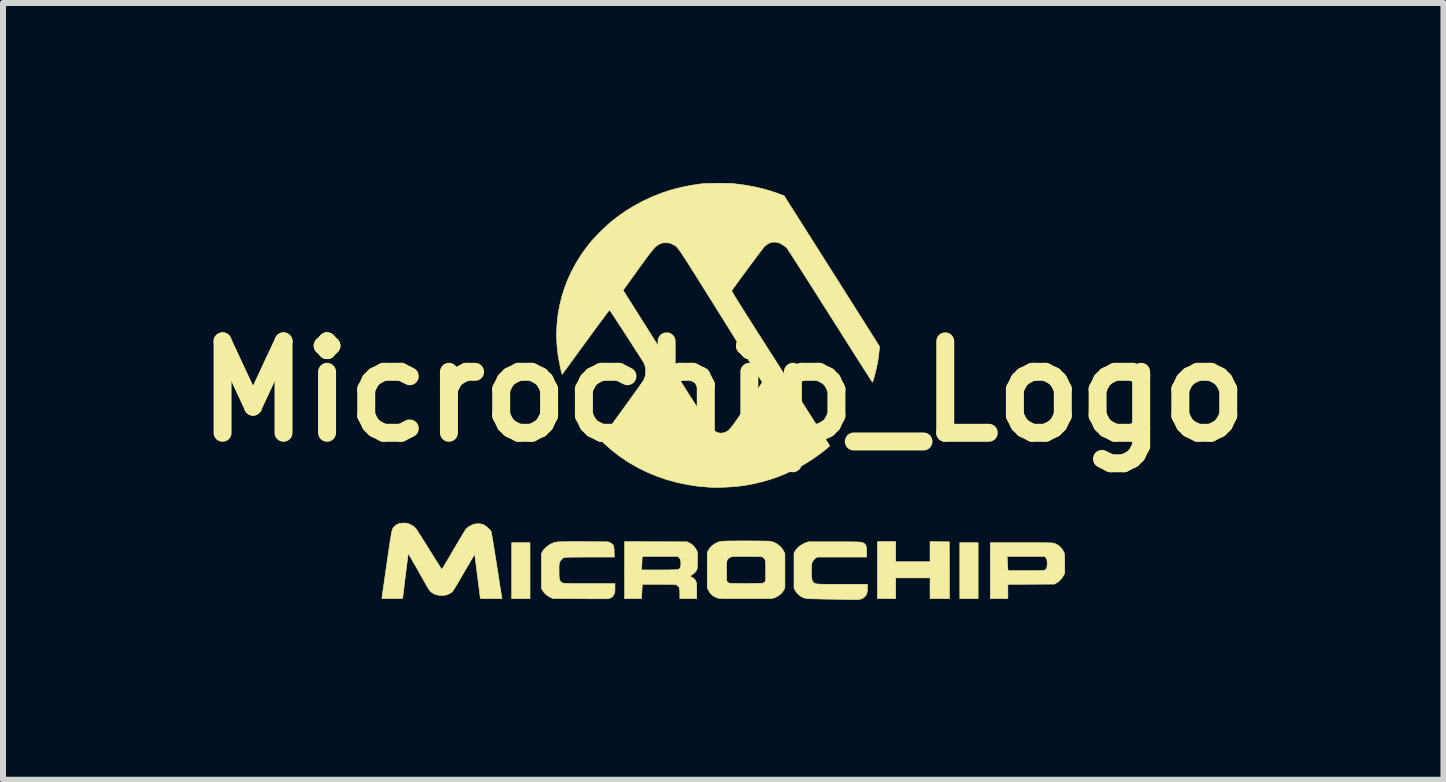
<source format=kicad_pcb>
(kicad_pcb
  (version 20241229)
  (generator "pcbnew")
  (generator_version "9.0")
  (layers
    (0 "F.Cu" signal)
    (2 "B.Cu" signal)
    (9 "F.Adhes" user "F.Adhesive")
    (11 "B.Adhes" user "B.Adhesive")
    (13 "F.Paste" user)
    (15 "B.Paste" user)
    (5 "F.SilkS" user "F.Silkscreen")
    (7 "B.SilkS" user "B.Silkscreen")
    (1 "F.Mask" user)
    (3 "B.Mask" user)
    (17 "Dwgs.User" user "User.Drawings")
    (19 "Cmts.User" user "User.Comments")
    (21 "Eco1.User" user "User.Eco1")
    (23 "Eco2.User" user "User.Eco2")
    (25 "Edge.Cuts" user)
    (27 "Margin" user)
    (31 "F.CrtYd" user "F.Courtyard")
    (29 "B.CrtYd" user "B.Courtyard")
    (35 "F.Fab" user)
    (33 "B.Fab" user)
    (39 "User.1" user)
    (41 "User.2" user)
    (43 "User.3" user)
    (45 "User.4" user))
  (footprint "Microchip_Logo"
    (layer "F.Cu")
    (at 9.006 3.475)
    (property "Reference" "Microchip_Logo" (at 0 0 0) (layer "F.SilkS") (effects (font (size 1.524 1.524) (thickness 0.3))))
    (attr through_hole)
    (fp_poly (pts (xy -3.221 3.454) (xy -3.526 3.454) (xy -3.526 2.522) (xy -3.221 2.522) (xy -3.221 3.454)) (stroke (width 0.01) (type solid)) (fill yes) (layer "F.SilkS"))
    (fp_poly (pts (xy 4.249 3.454) (xy 3.944 3.454) (xy 3.944 2.522) (xy 4.249 2.522) (xy 4.249 3.454)) (stroke (width 0.01) (type solid)) (fill yes) (layer "F.SilkS"))
    (fp_poly (pts (xy 3.608 2.506) (xy 3.768 2.507) (xy 3.771 3.454) (xy 3.448 3.454) (xy 3.448 3.108) (xy 2.875 3.108) (xy 2.875 3.454) (xy 2.57 3.454) (xy 2.57 2.504) (xy 2.875 2.504) (xy 2.875 2.839) (xy 3.448 2.839) (xy 3.448 2.504) (xy 3.608 2.506)) (stroke (width 0.01) (type solid)) (fill yes) (layer "F.SilkS"))
    (fp_poly (pts (xy 5.059 2.522) (xy 5.139 2.522) (xy 5.208 2.522) (xy 5.267 2.522) (xy 5.318 2.523) (xy 5.361 2.523) (xy 5.396 2.523) (xy 5.426 2.524) (xy 5.449 2.525) (xy 5.468 2.525) (xy 5.483 2.526) (xy 5.495 2.528) (xy 5.504 2.529) (xy 5.512 2.531) (xy 5.519 2.533) (xy 5.523 2.534) (xy 5.569 2.555) (xy 5.611 2.585) (xy 5.646 2.624) (xy 5.673 2.669) (xy 5.679 2.682) (xy 5.683 2.693) (xy 5.686 2.704) (xy 5.688 2.715) (xy 5.69 2.73) (xy 5.691 2.75) (xy 5.692 2.776) (xy 5.692 2.81) (xy 5.692 2.853) (xy 5.692 2.872) (xy 5.693 3.027) (xy 5.673 3.068) (xy 5.649 3.106) (xy 5.619 3.142) (xy 5.585 3.174) (xy 5.552 3.195) (xy 5.519 3.212) (xy 5.132 3.214) (xy 4.745 3.216) (xy 4.745 3.454) (xy 4.452 3.454) (xy 4.452 2.749) (xy 4.732 2.749) (xy 4.736 2.819) (xy 4.738 2.854) (xy 4.74 2.889) (xy 4.742 2.922) (xy 4.743 2.939) (xy 4.747 2.988) (xy 5.045 2.988) (xy 5.114 2.988) (xy 5.172 2.988) (xy 5.22 2.988) (xy 5.259 2.987) (xy 5.29 2.987) (xy 5.314 2.986) (xy 5.332 2.985) (xy 5.345 2.983) (xy 5.354 2.982) (xy 5.36 2.98) (xy 5.361 2.979) (xy 5.378 2.966) (xy 5.39 2.945) (xy 5.398 2.916) (xy 5.401 2.884) (xy 5.401 2.84) (xy 5.395 2.805) (xy 5.383 2.778) (xy 5.373 2.766) (xy 5.356 2.749) (xy 4.732 2.749) (xy 4.452 2.749) (xy 4.452 2.522) (xy 4.969 2.522) (xy 5.059 2.522)) (stroke (width 0.01) (type solid)) (fill yes) (layer "F.SilkS"))
    (fp_poly (pts (xy -1.122 2.506) (xy -0.601 2.507) (xy -0.568 2.523) (xy -0.523 2.55) (xy -0.484 2.587) (xy -0.454 2.631) (xy -0.451 2.637) (xy -0.43 2.679) (xy -0.43 2.816) (xy -0.43 2.862) (xy -0.431 2.897) (xy -0.432 2.923) (xy -0.433 2.943) (xy -0.435 2.956) (xy -0.438 2.966) (xy -0.44 2.972) (xy -0.461 3.005) (xy -0.486 3.032) (xy -0.518 3.055) (xy -0.555 3.08) (xy -0.525 3.097) (xy -0.5 3.111) (xy -0.484 3.124) (xy -0.471 3.138) (xy -0.46 3.158) (xy -0.457 3.164) (xy -0.452 3.174) (xy -0.449 3.183) (xy -0.446 3.194) (xy -0.444 3.208) (xy -0.443 3.227) (xy -0.443 3.252) (xy -0.442 3.286) (xy -0.442 3.324) (xy -0.442 3.454) (xy -0.723 3.454) (xy -0.723 3.372) (xy -0.724 3.33) (xy -0.727 3.298) (xy -0.732 3.274) (xy -0.742 3.256) (xy -0.755 3.242) (xy -0.773 3.231) (xy -0.777 3.229) (xy -0.783 3.226) (xy -0.79 3.223) (xy -0.797 3.221) (xy -0.807 3.219) (xy -0.821 3.218) (xy -0.839 3.217) (xy -0.862 3.216) (xy -0.892 3.216) (xy -0.93 3.216) (xy -0.978 3.215) (xy -1.035 3.215) (xy -1.076 3.215) (xy -1.349 3.215) (xy -1.353 3.292) (xy -1.355 3.326) (xy -1.357 3.36) (xy -1.359 3.391) (xy -1.361 3.411) (xy -1.364 3.454) (xy -1.644 3.454) (xy -1.644 2.976) (xy -1.364 2.976) (xy -1.072 2.976) (xy -1.005 2.976) (xy -0.944 2.976) (xy -0.89 2.975) (xy -0.845 2.974) (xy -0.807 2.973) (xy -0.78 2.972) (xy -0.763 2.971) (xy -0.759 2.97) (xy -0.735 2.96) (xy -0.719 2.943) (xy -0.71 2.918) (xy -0.707 2.9) (xy -0.706 2.873) (xy -0.707 2.844) (xy -0.708 2.83) (xy -0.712 2.807) (xy -0.72 2.79) (xy -0.735 2.773) (xy -0.735 2.773) (xy -0.757 2.749) (xy -1.349 2.749) (xy -1.353 2.819) (xy -1.355 2.853) (xy -1.357 2.887) (xy -1.359 2.917) (xy -1.361 2.933) (xy -1.364 2.976) (xy -1.644 2.976) (xy -1.644 2.504) (xy -1.122 2.506)) (stroke (width 0.01) (type solid)) (fill yes) (layer "F.SilkS"))
    (fp_poly (pts (xy -2.343 2.505) (xy -2.315 2.505) (xy -1.915 2.507) (xy -1.88 2.525) (xy -1.859 2.537) (xy -1.844 2.549) (xy -1.833 2.564) (xy -1.826 2.584) (xy -1.821 2.61) (xy -1.819 2.645) (xy -1.818 2.676) (xy -1.816 2.761) (xy -2.225 2.761) (xy -2.32 2.761) (xy -2.403 2.762) (xy -2.473 2.762) (xy -2.532 2.763) (xy -2.579 2.763) (xy -2.615 2.765) (xy -2.639 2.766) (xy -2.651 2.767) (xy -2.652 2.767) (xy -2.675 2.781) (xy -2.698 2.804) (xy -2.718 2.832) (xy -2.723 2.842) (xy -2.728 2.853) (xy -2.731 2.863) (xy -2.734 2.875) (xy -2.736 2.89) (xy -2.737 2.911) (xy -2.737 2.94) (xy -2.737 2.978) (xy -2.737 2.993) (xy -2.737 3.04) (xy -2.736 3.076) (xy -2.734 3.104) (xy -2.731 3.126) (xy -2.726 3.142) (xy -2.719 3.156) (xy -2.71 3.168) (xy -2.706 3.172) (xy -2.7 3.178) (xy -2.695 3.183) (xy -2.69 3.188) (xy -2.683 3.191) (xy -2.674 3.194) (xy -2.661 3.197) (xy -2.645 3.199) (xy -2.624 3.2) (xy -2.598 3.201) (xy -2.565 3.202) (xy -2.525 3.203) (xy -2.476 3.203) (xy -2.419 3.203) (xy -2.352 3.203) (xy -2.274 3.203) (xy -2.233 3.203) (xy -1.805 3.203) (xy -1.805 3.277) (xy -1.805 3.31) (xy -1.807 3.334) (xy -1.809 3.352) (xy -1.813 3.367) (xy -1.817 3.377) (xy -1.839 3.412) (xy -1.866 3.437) (xy -1.9 3.451) (xy -1.925 3.456) (xy -1.935 3.456) (xy -1.956 3.456) (xy -1.987 3.456) (xy -2.027 3.456) (xy -2.075 3.456) (xy -2.13 3.456) (xy -2.191 3.456) (xy -2.257 3.456) (xy -2.327 3.455) (xy -2.397 3.455) (xy -2.842 3.451) (xy -2.889 3.428) (xy -2.931 3.403) (xy -2.969 3.372) (xy -2.999 3.337) (xy -3.015 3.311) (xy -3.03 3.281) (xy -3.03 2.704) (xy -3.015 2.673) (xy -2.995 2.643) (xy -2.967 2.612) (xy -2.933 2.582) (xy -2.895 2.556) (xy -2.868 2.54) (xy -2.835 2.526) (xy -2.806 2.517) (xy -2.775 2.511) (xy -2.767 2.51) (xy -2.749 2.508) (xy -2.721 2.507) (xy -2.681 2.506) (xy -2.631 2.506) (xy -2.572 2.505) (xy -2.504 2.505) (xy -2.428 2.505) (xy -2.343 2.505)) (stroke (width 0.01) (type solid)) (fill yes) (layer "F.SilkS"))
    (fp_poly (pts (xy 1.937 2.507) (xy 2.011 2.507) (xy 2.074 2.507) (xy 2.128 2.508) (xy 2.174 2.508) (xy 2.212 2.509) (xy 2.243 2.51) (xy 2.268 2.511) (xy 2.288 2.513) (xy 2.303 2.515) (xy 2.316 2.518) (xy 2.326 2.521) (xy 2.334 2.525) (xy 2.341 2.529) (xy 2.349 2.534) (xy 2.35 2.535) (xy 2.365 2.548) (xy 2.376 2.563) (xy 2.383 2.582) (xy 2.388 2.608) (xy 2.39 2.642) (xy 2.391 2.677) (xy 2.391 2.761) (xy 1.98 2.761) (xy 1.569 2.761) (xy 1.545 2.775) (xy 1.524 2.792) (xy 1.503 2.816) (xy 1.486 2.844) (xy 1.476 2.868) (xy 1.474 2.881) (xy 1.473 2.903) (xy 1.471 2.933) (xy 1.47 2.967) (xy 1.47 2.998) (xy 1.471 3.047) (xy 1.472 3.087) (xy 1.476 3.118) (xy 1.481 3.141) (xy 1.488 3.16) (xy 1.498 3.174) (xy 1.504 3.181) (xy 1.511 3.187) (xy 1.517 3.193) (xy 1.524 3.198) (xy 1.532 3.202) (xy 1.542 3.205) (xy 1.555 3.208) (xy 1.572 3.21) (xy 1.594 3.212) (xy 1.621 3.213) (xy 1.655 3.214) (xy 1.696 3.215) (xy 1.745 3.215) (xy 1.804 3.215) (xy 1.872 3.215) (xy 1.951 3.215) (xy 1.984 3.215) (xy 2.403 3.215) (xy 2.403 3.279) (xy 2.402 3.319) (xy 2.398 3.349) (xy 2.392 3.374) (xy 2.382 3.394) (xy 2.367 3.414) (xy 2.366 3.415) (xy 2.334 3.443) (xy 2.298 3.46) (xy 2.256 3.468) (xy 2.244 3.468) (xy 2.221 3.469) (xy 2.189 3.469) (xy 2.147 3.468) (xy 2.098 3.468) (xy 2.043 3.467) (xy 1.982 3.466) (xy 1.916 3.465) (xy 1.847 3.464) (xy 1.805 3.463) (xy 1.724 3.462) (xy 1.655 3.461) (xy 1.595 3.459) (xy 1.545 3.458) (xy 1.503 3.457) (xy 1.468 3.456) (xy 1.44 3.455) (xy 1.418 3.454) (xy 1.4 3.453) (xy 1.386 3.451) (xy 1.375 3.449) (xy 1.366 3.447) (xy 1.358 3.445) (xy 1.351 3.443) (xy 1.326 3.433) (xy 1.302 3.421) (xy 1.288 3.412) (xy 1.26 3.39) (xy 1.232 3.361) (xy 1.208 3.33) (xy 1.194 3.306) (xy 1.18 3.278) (xy 1.18 2.698) (xy 1.195 2.669) (xy 1.219 2.631) (xy 1.254 2.595) (xy 1.297 2.563) (xy 1.345 2.536) (xy 1.381 2.521) (xy 1.419 2.507) (xy 1.853 2.507) (xy 1.937 2.507)) (stroke (width 0.01) (type solid)) (fill yes) (layer "F.SilkS"))
    (fp_poly (pts (xy 0.446 2.492) (xy 0.517 2.493) (xy 0.581 2.493) (xy 0.638 2.494) (xy 0.687 2.495) (xy 0.727 2.495) (xy 0.757 2.497) (xy 0.777 2.498) (xy 0.783 2.498) (xy 0.835 2.512) (xy 0.886 2.536) (xy 0.932 2.569) (xy 0.972 2.608) (xy 1.003 2.653) (xy 1.007 2.662) (xy 1.028 2.703) (xy 1.028 2.988) (xy 1.028 3.272) (xy 1.014 3.303) (xy 0.989 3.343) (xy 0.954 3.38) (xy 0.912 3.411) (xy 0.865 3.435) (xy 0.844 3.443) (xy 0.836 3.445) (xy 0.828 3.447) (xy 0.819 3.448) (xy 0.808 3.45) (xy 0.793 3.451) (xy 0.775 3.452) (xy 0.752 3.453) (xy 0.723 3.453) (xy 0.688 3.454) (xy 0.645 3.454) (xy 0.594 3.454) (xy 0.534 3.454) (xy 0.464 3.454) (xy 0.383 3.454) (xy 0.371 3.454) (xy 0.288 3.454) (xy 0.217 3.454) (xy 0.155 3.454) (xy 0.103 3.453) (xy 0.059 3.453) (xy 0.023 3.453) (xy -0.007 3.452) (xy -0.031 3.451) (xy -0.049 3.45) (xy -0.064 3.449) (xy -0.076 3.448) (xy -0.085 3.446) (xy -0.092 3.444) (xy -0.097 3.443) (xy -0.147 3.421) (xy -0.19 3.391) (xy -0.225 3.351) (xy -0.249 3.308) (xy -0.266 3.272) (xy -0.266 2.918) (xy 0.055 2.918) (xy 0.055 2.963) (xy 0.055 3.005) (xy 0.057 3.161) (xy 0.071 3.176) (xy 0.087 3.189) (xy 0.104 3.197) (xy 0.104 3.197) (xy 0.116 3.199) (xy 0.137 3.2) (xy 0.167 3.201) (xy 0.205 3.202) (xy 0.248 3.202) (xy 0.296 3.203) (xy 0.346 3.203) (xy 0.397 3.203) (xy 0.448 3.202) (xy 0.497 3.202) (xy 0.542 3.201) (xy 0.583 3.2) (xy 0.617 3.199) (xy 0.642 3.198) (xy 0.659 3.196) (xy 0.663 3.196) (xy 0.681 3.186) (xy 0.696 3.172) (xy 0.696 3.172) (xy 0.699 3.166) (xy 0.702 3.16) (xy 0.704 3.151) (xy 0.706 3.139) (xy 0.707 3.122) (xy 0.708 3.098) (xy 0.708 3.066) (xy 0.708 3.025) (xy 0.708 2.989) (xy 0.708 2.937) (xy 0.708 2.895) (xy 0.707 2.862) (xy 0.705 2.837) (xy 0.702 2.818) (xy 0.697 2.804) (xy 0.691 2.793) (xy 0.683 2.783) (xy 0.672 2.774) (xy 0.665 2.769) (xy 0.643 2.752) (xy 0.401 2.75) (xy 0.337 2.75) (xy 0.284 2.75) (xy 0.24 2.75) (xy 0.205 2.751) (xy 0.177 2.752) (xy 0.155 2.754) (xy 0.137 2.757) (xy 0.124 2.761) (xy 0.113 2.766) (xy 0.103 2.772) (xy 0.093 2.78) (xy 0.09 2.783) (xy 0.079 2.792) (xy 0.071 2.803) (xy 0.065 2.816) (xy 0.06 2.832) (xy 0.057 2.854) (xy 0.055 2.882) (xy 0.055 2.918) (xy -0.266 2.918) (xy -0.266 2.686) (xy -0.249 2.651) (xy -0.223 2.612) (xy -0.189 2.575) (xy -0.147 2.544) (xy -0.127 2.532) (xy -0.112 2.524) (xy -0.098 2.518) (xy -0.085 2.512) (xy -0.07 2.508) (xy -0.054 2.504) (xy -0.034 2.5) (xy -0.011 2.498) (xy 0.017 2.496) (xy 0.05 2.495) (xy 0.091 2.494) (xy 0.139 2.493) (xy 0.195 2.493) (xy 0.262 2.492) (xy 0.339 2.492) (xy 0.371 2.492) (xy 0.446 2.492)) (stroke (width 0.01) (type solid)) (fill yes) (layer "F.SilkS"))
    (fp_poly (pts (xy -5.286 2.196) (xy -5.265 2.2) (xy -5.248 2.205) (xy -5.205 2.224) (xy -5.165 2.248) (xy -5.132 2.276) (xy -5.125 2.284) (xy -5.119 2.293) (xy -5.106 2.311) (xy -5.089 2.338) (xy -5.067 2.372) (xy -5.041 2.413) (xy -5.012 2.459) (xy -4.98 2.509) (xy -4.946 2.563) (xy -4.91 2.62) (xy -4.901 2.636) (xy -4.865 2.693) (xy -4.831 2.747) (xy -4.8 2.797) (xy -4.772 2.842) (xy -4.747 2.881) (xy -4.726 2.914) (xy -4.709 2.94) (xy -4.698 2.958) (xy -4.692 2.967) (xy -4.692 2.967) (xy -4.688 2.963) (xy -4.679 2.949) (xy -4.665 2.926) (xy -4.646 2.896) (xy -4.624 2.858) (xy -4.598 2.815) (xy -4.569 2.766) (xy -4.539 2.713) (xy -4.506 2.657) (xy -4.498 2.643) (xy -4.464 2.585) (xy -4.431 2.53) (xy -4.401 2.478) (xy -4.372 2.43) (xy -4.347 2.388) (xy -4.325 2.353) (xy -4.307 2.324) (xy -4.294 2.304) (xy -4.287 2.293) (xy -4.286 2.293) (xy -4.246 2.258) (xy -4.201 2.232) (xy -4.153 2.214) (xy -4.103 2.206) (xy -4.053 2.207) (xy -4.007 2.218) (xy -3.989 2.226) (xy -3.968 2.239) (xy -3.943 2.258) (xy -3.917 2.28) (xy -3.894 2.303) (xy -3.877 2.324) (xy -3.868 2.337) (xy -3.866 2.345) (xy -3.863 2.364) (xy -3.858 2.393) (xy -3.851 2.431) (xy -3.843 2.478) (xy -3.834 2.532) (xy -3.824 2.593) (xy -3.814 2.659) (xy -3.802 2.731) (xy -3.79 2.806) (xy -3.778 2.885) (xy -3.777 2.89) (xy -3.765 2.969) (xy -3.753 3.044) (xy -3.742 3.116) (xy -3.731 3.183) (xy -3.722 3.244) (xy -3.713 3.298) (xy -3.706 3.345) (xy -3.7 3.384) (xy -3.695 3.413) (xy -3.692 3.432) (xy -3.69 3.441) (xy -3.69 3.441) (xy -3.687 3.454) (xy -4.046 3.454) (xy -4.049 3.441) (xy -4.05 3.433) (xy -4.053 3.414) (xy -4.057 3.385) (xy -4.062 3.348) (xy -4.067 3.303) (xy -4.074 3.251) (xy -4.081 3.195) (xy -4.089 3.134) (xy -4.097 3.073) (xy -4.105 3.009) (xy -4.112 2.949) (xy -4.119 2.893) (xy -4.126 2.843) (xy -4.132 2.8) (xy -4.136 2.765) (xy -4.14 2.738) (xy -4.142 2.721) (xy -4.144 2.715) (xy -4.147 2.72) (xy -4.156 2.734) (xy -4.169 2.757) (xy -4.187 2.787) (xy -4.209 2.824) (xy -4.234 2.867) (xy -4.262 2.915) (xy -4.292 2.967) (xy -4.319 3.013) (xy -4.357 3.079) (xy -4.391 3.138) (xy -4.423 3.192) (xy -4.45 3.238) (xy -4.474 3.276) (xy -4.492 3.305) (xy -4.506 3.326) (xy -4.514 3.336) (xy -4.514 3.337) (xy -4.532 3.352) (xy -4.556 3.367) (xy -4.576 3.378) (xy -4.598 3.387) (xy -4.617 3.393) (xy -4.64 3.397) (xy -4.669 3.399) (xy -4.675 3.399) (xy -4.728 3.399) (xy -4.773 3.392) (xy -4.815 3.377) (xy -4.846 3.359) (xy -4.866 3.345) (xy -4.882 3.331) (xy -4.896 3.314) (xy -4.912 3.292) (xy -4.929 3.263) (xy -4.938 3.248) (xy -4.972 3.188) (xy -5.006 3.128) (xy -5.04 3.068) (xy -5.073 3.01) (xy -5.104 2.954) (xy -5.134 2.902) (xy -5.162 2.854) (xy -5.187 2.81) (xy -5.208 2.773) (xy -5.226 2.743) (xy -5.239 2.721) (xy -5.248 2.707) (xy -5.251 2.703) (xy -5.252 2.709) (xy -5.254 2.726) (xy -5.258 2.752) (xy -5.262 2.786) (xy -5.267 2.827) (xy -5.273 2.874) (xy -5.28 2.926) (xy -5.287 2.981) (xy -5.294 3.037) (xy -5.301 3.095) (xy -5.308 3.152) (xy -5.315 3.207) (xy -5.321 3.26) (xy -5.327 3.309) (xy -5.332 3.352) (xy -5.336 3.388) (xy -5.34 3.417) (xy -5.342 3.437) (xy -5.343 3.447) (xy -5.343 3.447) (xy -5.346 3.449) (xy -5.354 3.451) (xy -5.369 3.452) (xy -5.392 3.453) (xy -5.425 3.454) (xy -5.467 3.454) (xy -5.516 3.454) (xy -5.569 3.454) (xy -5.61 3.454) (xy -5.642 3.453) (xy -5.664 3.452) (xy -5.679 3.451) (xy -5.687 3.449) (xy -5.69 3.447) (xy -5.689 3.44) (xy -5.686 3.422) (xy -5.682 3.394) (xy -5.677 3.357) (xy -5.671 3.311) (xy -5.663 3.257) (xy -5.654 3.197) (xy -5.645 3.131) (xy -5.635 3.059) (xy -5.624 2.983) (xy -5.612 2.904) (xy -5.61 2.885) (xy -5.596 2.788) (xy -5.583 2.702) (xy -5.572 2.627) (xy -5.563 2.561) (xy -5.554 2.504) (xy -5.546 2.455) (xy -5.539 2.414) (xy -5.533 2.38) (xy -5.528 2.351) (xy -5.522 2.328) (xy -5.517 2.309) (xy -5.512 2.294) (xy -5.506 2.282) (xy -5.501 2.272) (xy -5.495 2.265) (xy -5.488 2.258) (xy -5.481 2.251) (xy -5.474 2.244) (xy -5.445 2.222) (xy -5.414 2.207) (xy -5.378 2.198) (xy -5.34 2.195) (xy -5.31 2.194) (xy -5.286 2.196)) (stroke (width 0.01) (type solid)) (fill yes) (layer "F.SilkS"))
    (fp_poly (pts (xy 0.001 -3.469) (xy 0.06 -3.468) (xy 0.113 -3.467) (xy 0.159 -3.464) (xy 0.194 -3.461) (xy 0.358 -3.44) (xy 0.514 -3.412) (xy 0.665 -3.377) (xy 0.813 -3.334) (xy 0.942 -3.289) (xy 1.015 -3.262) (xy 1.807 -2.012) (xy 1.878 -1.9) (xy 1.947 -1.791) (xy 2.014 -1.685) (xy 2.079 -1.582) (xy 2.142 -1.483) (xy 2.201 -1.389) (xy 2.258 -1.299) (xy 2.311 -1.215) (xy 2.361 -1.136) (xy 2.407 -1.063) (xy 2.449 -0.997) (xy 2.486 -0.938) (xy 2.519 -0.886) (xy 2.547 -0.842) (xy 2.569 -0.806) (xy 2.586 -0.779) (xy 2.597 -0.761) (xy 2.603 -0.752) (xy 2.603 -0.752) (xy 2.604 -0.742) (xy 2.603 -0.723) (xy 2.601 -0.695) (xy 2.598 -0.662) (xy 2.593 -0.625) (xy 2.589 -0.586) (xy 2.583 -0.547) (xy 2.578 -0.511) (xy 2.575 -0.496) (xy 2.569 -0.462) (xy 2.561 -0.423) (xy 2.552 -0.382) (xy 2.542 -0.34) (xy 2.532 -0.298) (xy 2.521 -0.259) (xy 2.512 -0.224) (xy 2.503 -0.195) (xy 2.495 -0.172) (xy 2.49 -0.159) (xy 2.487 -0.155) (xy 2.483 -0.16) (xy 2.474 -0.175) (xy 2.458 -0.199) (xy 2.437 -0.231) (xy 2.411 -0.272) (xy 2.38 -0.321) (xy 2.344 -0.377) (xy 2.304 -0.44) (xy 2.26 -0.509) (xy 2.212 -0.584) (xy 2.161 -0.665) (xy 2.106 -0.751) (xy 2.049 -0.842) (xy 1.989 -0.936) (xy 1.927 -1.035) (xy 1.862 -1.136) (xy 1.796 -1.241) (xy 1.784 -1.26) (xy 1.717 -1.365) (xy 1.652 -1.467) (xy 1.589 -1.567) (xy 1.528 -1.663) (xy 1.469 -1.756) (xy 1.413 -1.844) (xy 1.36 -1.927) (xy 1.311 -2.004) (xy 1.265 -2.076) (xy 1.223 -2.142) (xy 1.185 -2.201) (xy 1.152 -2.252) (xy 1.124 -2.296) (xy 1.101 -2.332) (xy 1.083 -2.359) (xy 1.071 -2.377) (xy 1.065 -2.386) (xy 1.065 -2.386) (xy 1.043 -2.406) (xy 1.015 -2.428) (xy 0.983 -2.449) (xy 0.952 -2.467) (xy 0.925 -2.478) (xy 0.892 -2.486) (xy 0.852 -2.489) (xy 0.848 -2.489) (xy 0.822 -2.488) (xy 0.802 -2.485) (xy 0.781 -2.478) (xy 0.762 -2.469) (xy 0.719 -2.442) (xy 0.684 -2.412) (xy 0.677 -2.403) (xy 0.663 -2.385) (xy 0.643 -2.36) (xy 0.619 -2.328) (xy 0.59 -2.29) (xy 0.558 -2.247) (xy 0.523 -2.2) (xy 0.486 -2.151) (xy 0.447 -2.099) (xy 0.408 -2.047) (xy 0.37 -1.994) (xy 0.332 -1.942) (xy 0.295 -1.893) (xy 0.261 -1.846) (xy 0.229 -1.803) (xy 0.202 -1.764) (xy 0.178 -1.732) (xy 0.16 -1.706) (xy 0.148 -1.688) (xy 0.143 -1.682) (xy 0.143 -1.68) (xy 0.143 -1.677) (xy 0.145 -1.672) (xy 0.148 -1.666) (xy 0.152 -1.657) (xy 0.158 -1.646) (xy 0.166 -1.631) (xy 0.177 -1.614) (xy 0.189 -1.592) (xy 0.205 -1.567) (xy 0.223 -1.537) (xy 0.245 -1.502) (xy 0.27 -1.462) (xy 0.299 -1.417) (xy 0.331 -1.365) (xy 0.367 -1.307) (xy 0.408 -1.243) (xy 0.453 -1.172) (xy 0.503 -1.093) (xy 0.558 -1.007) (xy 0.619 -0.912) (xy 0.684 -0.809) (xy 0.755 -0.698) (xy 0.833 -0.577) (xy 0.916 -0.446) (xy 0.955 -0.384) (xy 1.027 -0.271) (xy 1.098 -0.161) (xy 1.166 -0.053) (xy 1.233 0.051) (xy 1.296 0.151) (xy 1.357 0.247) (xy 1.415 0.338) (xy 1.47 0.424) (xy 1.521 0.504) (xy 1.568 0.578) (xy 1.611 0.646) (xy 1.65 0.707) (xy 1.684 0.76) (xy 1.713 0.806) (xy 1.736 0.844) (xy 1.755 0.873) (xy 1.767 0.893) (xy 1.774 0.904) (xy 1.775 0.906) (xy 1.77 0.912) (xy 1.757 0.924) (xy 1.738 0.941) (xy 1.713 0.962) (xy 1.683 0.986) (xy 1.652 1.011) (xy 1.619 1.036) (xy 1.603 1.048) (xy 1.463 1.146) (xy 1.315 1.236) (xy 1.16 1.316) (xy 1 1.388) (xy 0.835 1.45) (xy 0.666 1.501) (xy 0.494 1.542) (xy 0.342 1.569) (xy 0.26 1.579) (xy 0.17 1.588) (xy 0.076 1.594) (xy -0.019 1.598) (xy -0.111 1.599) (xy -0.197 1.598) (xy -0.239 1.596) (xy -0.421 1.58) (xy -0.6 1.553) (xy -0.776 1.516) (xy -0.947 1.469) (xy -1.113 1.411) (xy -1.274 1.344) (xy -1.43 1.267) (xy -1.579 1.181) (xy -1.721 1.085) (xy -1.856 0.981) (xy -1.984 0.868) (xy -1.989 0.863) (xy -2.044 0.81) (xy -1.691 0.323) (xy -1.641 0.254) (xy -1.593 0.188) (xy -1.548 0.125) (xy -1.505 0.065) (xy -1.466 0.01) (xy -1.43 -0.04) (xy -1.398 -0.084) (xy -1.372 -0.122) (xy -1.351 -0.153) (xy -1.335 -0.176) (xy -1.326 -0.19) (xy -1.323 -0.194) (xy -1.302 -0.253) (xy -1.292 -0.313) (xy -1.293 -0.373) (xy -1.305 -0.432) (xy -1.324 -0.479) (xy -1.329 -0.488) (xy -1.34 -0.505) (xy -1.356 -0.531) (xy -1.377 -0.563) (xy -1.402 -0.602) (xy -1.431 -0.647) (xy -1.462 -0.695) (xy -1.496 -0.748) (xy -1.531 -0.803) (xy -1.568 -0.86) (xy -1.606 -0.918) (xy -1.643 -0.976) (xy -1.68 -1.033) (xy -1.716 -1.088) (xy -1.75 -1.14) (xy -1.782 -1.189) (xy -1.811 -1.234) (xy -1.837 -1.273) (xy -1.859 -1.306) (xy -1.876 -1.332) (xy -1.888 -1.349) (xy -1.894 -1.358) (xy -1.894 -1.358) (xy -1.898 -1.354) (xy -1.909 -1.341) (xy -1.926 -1.32) (xy -1.948 -1.29) (xy -1.975 -1.254) (xy -2.007 -1.211) (xy -2.044 -1.162) (xy -2.084 -1.108) (xy -2.127 -1.049) (xy -2.173 -0.987) (xy -2.221 -0.921) (xy -2.259 -0.868) (xy -2.31 -0.799) (xy -2.359 -0.732) (xy -2.406 -0.667) (xy -2.451 -0.606) (xy -2.492 -0.549) (xy -2.53 -0.497) (xy -2.564 -0.451) (xy -2.593 -0.41) (xy -2.618 -0.377) (xy -2.636 -0.352) (xy -2.648 -0.335) (xy -2.653 -0.329) (xy -2.685 -0.285) (xy -2.693 -0.311) (xy -2.699 -0.334) (xy -2.707 -0.367) (xy -2.716 -0.406) (xy -2.724 -0.45) (xy -2.733 -0.495) (xy -2.742 -0.54) (xy -2.749 -0.581) (xy -2.754 -0.617) (xy -2.755 -0.619) (xy -2.772 -0.781) (xy -2.778 -0.945) (xy -2.772 -1.109) (xy -2.755 -1.273) (xy -2.726 -1.435) (xy -2.686 -1.596) (xy -2.657 -1.686) (xy -1.669 -1.686) (xy -0.956 -0.558) (xy -0.875 -0.43) (xy -0.8 -0.312) (xy -0.732 -0.204) (xy -0.668 -0.104) (xy -0.611 -0.013) (xy -0.558 0.07) (xy -0.51 0.145) (xy -0.467 0.213) (xy -0.428 0.274) (xy -0.393 0.328) (xy -0.362 0.376) (xy -0.335 0.419) (xy -0.311 0.456) (xy -0.29 0.488) (xy -0.272 0.515) (xy -0.256 0.538) (xy -0.243 0.558) (xy -0.232 0.574) (xy -0.222 0.587) (xy -0.214 0.597) (xy -0.208 0.605) (xy -0.202 0.611) (xy -0.2 0.613) (xy -0.157 0.652) (xy -0.113 0.678) (xy -0.07 0.693) (xy -0.026 0.696) (xy 0.017 0.687) (xy 0.041 0.678) (xy 0.053 0.671) (xy 0.065 0.664) (xy 0.077 0.656) (xy 0.09 0.646) (xy 0.103 0.633) (xy 0.118 0.617) (xy 0.134 0.597) (xy 0.154 0.573) (xy 0.176 0.543) (xy 0.202 0.508) (xy 0.232 0.466) (xy 0.266 0.416) (xy 0.306 0.359) (xy 0.352 0.293) (xy 0.398 0.226) (xy 0.445 0.156) (xy 0.489 0.092) (xy 0.528 0.035) (xy 0.562 -0.016) (xy 0.591 -0.06) (xy 0.615 -0.096) (xy 0.633 -0.124) (xy 0.644 -0.143) (xy 0.65 -0.153) (xy 0.65 -0.155) (xy 0.646 -0.161) (xy 0.637 -0.176) (xy 0.622 -0.201) (xy 0.601 -0.234) (xy 0.575 -0.276) (xy 0.545 -0.326) (xy 0.509 -0.383) (xy 0.47 -0.447) (xy 0.426 -0.517) (xy 0.379 -0.593) (xy 0.328 -0.675) (xy 0.274 -0.761) (xy 0.217 -0.852) (xy 0.158 -0.947) (xy 0.096 -1.046) (xy 0.032 -1.148) (xy -0.033 -1.253) (xy -0.038 -1.261) (xy -0.118 -1.388) (xy -0.191 -1.506) (xy -0.259 -1.614) (xy -0.321 -1.713) (xy -0.377 -1.804) (xy -0.429 -1.886) (xy -0.476 -1.961) (xy -0.519 -2.028) (xy -0.557 -2.089) (xy -0.591 -2.143) (xy -0.622 -2.191) (xy -0.65 -2.233) (xy -0.674 -2.27) (xy -0.695 -2.302) (xy -0.714 -2.329) (xy -0.731 -2.353) (xy -0.746 -2.372) (xy -0.759 -2.389) (xy -0.77 -2.402) (xy -0.78 -2.413) (xy -0.789 -2.421) (xy -0.798 -2.428) (xy -0.806 -2.434) (xy -0.814 -2.439) (xy -0.823 -2.443) (xy -0.831 -2.447) (xy -0.841 -2.452) (xy -0.848 -2.455) (xy -0.869 -2.465) (xy -0.885 -2.471) (xy -0.901 -2.475) (xy -0.919 -2.477) (xy -0.945 -2.477) (xy -0.956 -2.477) (xy -0.985 -2.477) (xy -1.006 -2.476) (xy -1.022 -2.473) (xy -1.037 -2.468) (xy -1.055 -2.459) (xy -1.06 -2.457) (xy -1.076 -2.449) (xy -1.09 -2.44) (xy -1.105 -2.43) (xy -1.12 -2.418) (xy -1.136 -2.403) (xy -1.153 -2.385) (xy -1.172 -2.363) (xy -1.194 -2.336) (xy -1.22 -2.304) (xy -1.249 -2.266) (xy -1.283 -2.22) (xy -1.322 -2.167) (xy -1.366 -2.106) (xy -1.414 -2.04) (xy -1.454 -1.984) (xy -1.492 -1.931) (xy -1.528 -1.882) (xy -1.56 -1.837) (xy -1.589 -1.797) (xy -1.614 -1.762) (xy -1.634 -1.735) (xy -1.648 -1.715) (xy -1.656 -1.704) (xy -1.657 -1.702) (xy -1.669 -1.686) (xy -2.657 -1.686) (xy -2.65 -1.71) (xy -2.592 -1.863) (xy -2.523 -2.011) (xy -2.445 -2.155) (xy -2.356 -2.295) (xy -2.255 -2.432) (xy -2.22 -2.476) (xy -2.188 -2.514) (xy -2.148 -2.557) (xy -2.104 -2.604) (xy -2.057 -2.652) (xy -2.008 -2.7) (xy -1.96 -2.746) (xy -1.916 -2.787) (xy -1.876 -2.821) (xy -1.871 -2.826) (xy -1.747 -2.922) (xy -1.623 -3.009) (xy -1.494 -3.088) (xy -1.357 -3.163) (xy -1.342 -3.171) (xy -1.183 -3.245) (xy -1.022 -3.308) (xy -0.858 -3.362) (xy -0.688 -3.405) (xy -0.513 -3.439) (xy -0.377 -3.459) (xy -0.341 -3.462) (xy -0.296 -3.465) (xy -0.243 -3.467) (xy -0.185 -3.468) (xy -0.123 -3.469) (xy -0.06 -3.47) (xy 0.001 -3.469)) (stroke (width 0.01) (type solid)) (fill yes) (layer "F.SilkS")))
  (gr_rect
    (start -3 -3)
    (end 21.012 9.948)
    (stroke (width 0.1) (type default))
    (fill no)
    (layer "Edge.Cuts")))
</source>
